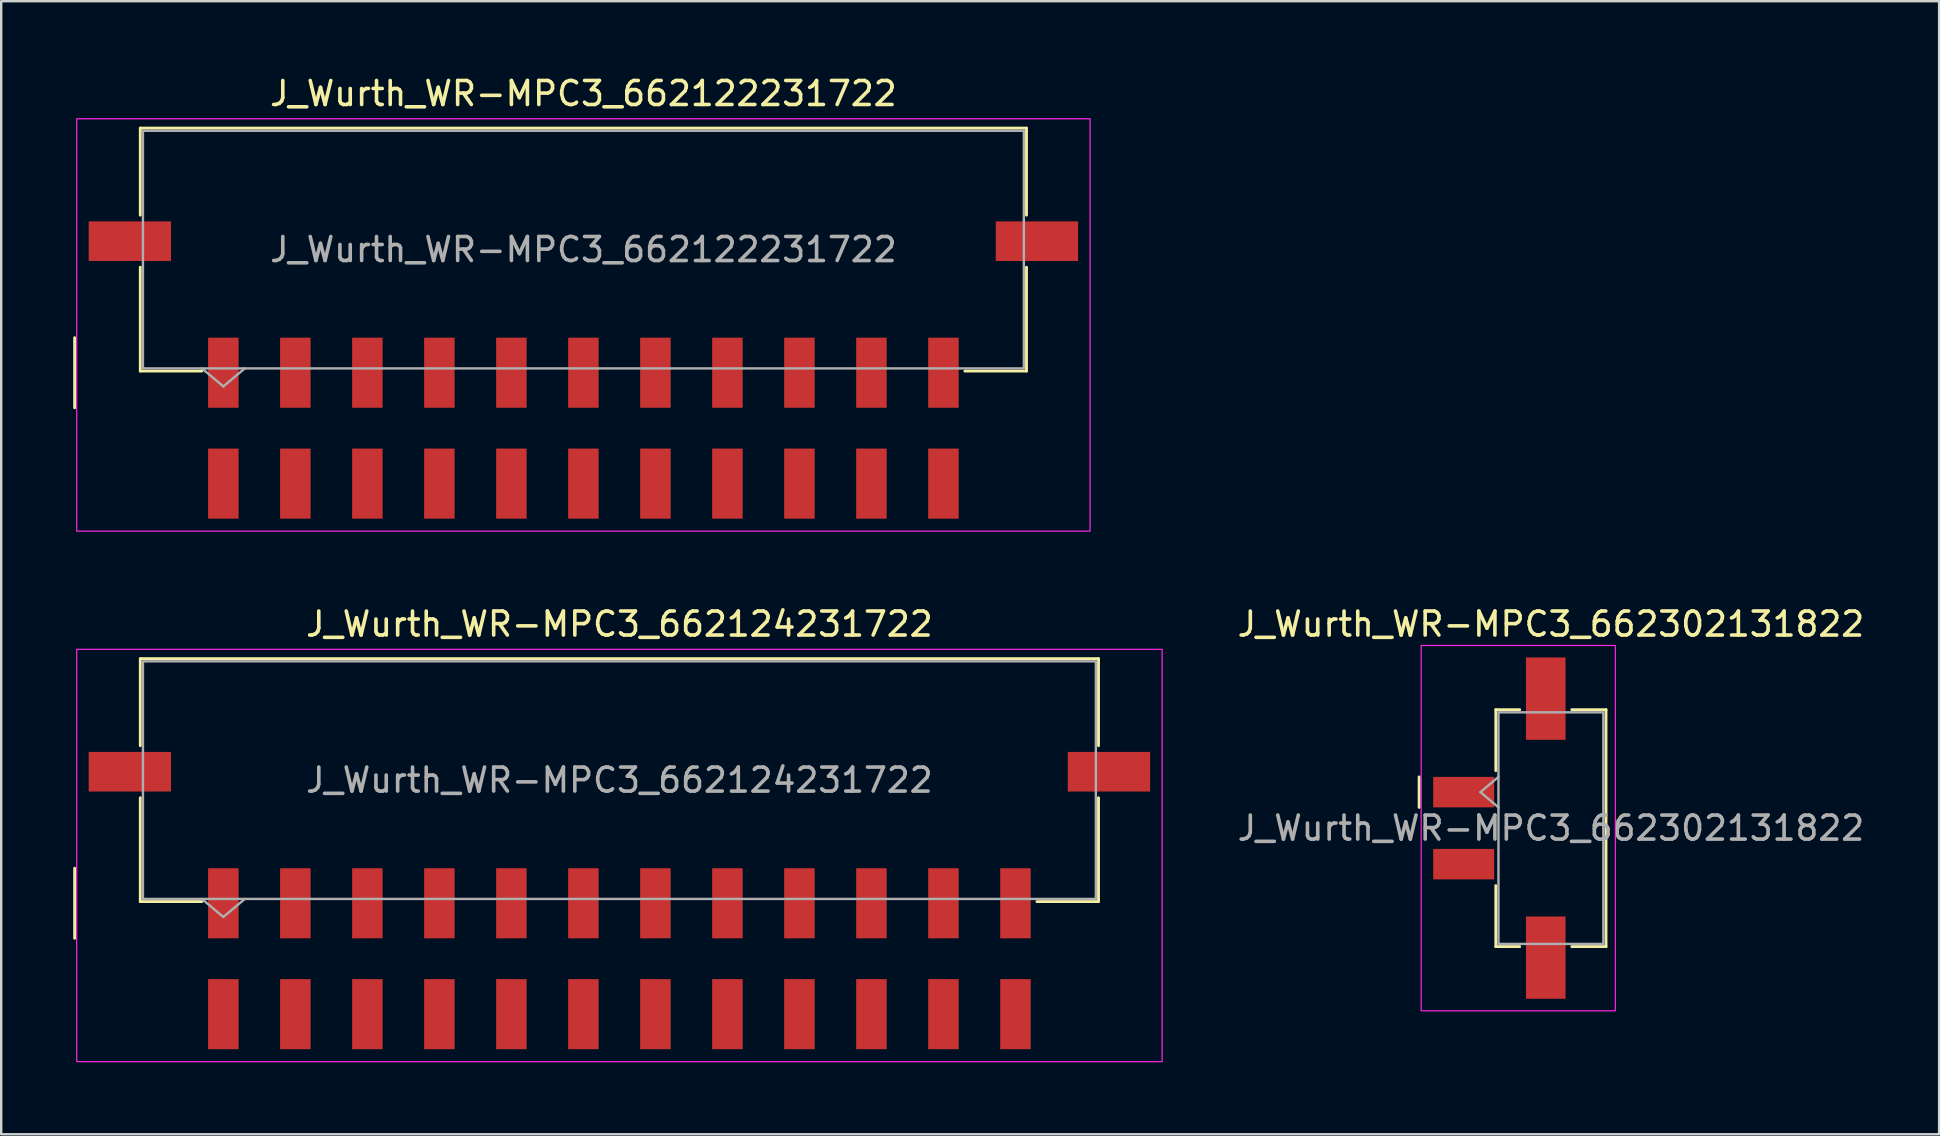
<source format=kicad_pcb>
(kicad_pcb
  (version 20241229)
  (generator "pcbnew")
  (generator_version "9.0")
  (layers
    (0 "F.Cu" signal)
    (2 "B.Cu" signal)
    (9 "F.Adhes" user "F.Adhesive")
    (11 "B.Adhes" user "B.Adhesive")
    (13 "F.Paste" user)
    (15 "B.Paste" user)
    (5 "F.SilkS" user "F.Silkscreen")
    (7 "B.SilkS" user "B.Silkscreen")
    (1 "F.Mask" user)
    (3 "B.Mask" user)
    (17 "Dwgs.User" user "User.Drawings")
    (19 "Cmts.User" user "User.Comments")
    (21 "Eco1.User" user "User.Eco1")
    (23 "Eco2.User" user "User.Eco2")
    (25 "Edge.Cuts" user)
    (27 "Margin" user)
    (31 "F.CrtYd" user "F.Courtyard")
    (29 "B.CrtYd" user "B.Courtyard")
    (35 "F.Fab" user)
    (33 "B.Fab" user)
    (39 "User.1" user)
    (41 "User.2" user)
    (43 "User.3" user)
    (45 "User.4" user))
  (footprint "J_Wurth_WR-MPC3_662302131822"
    (layer "F.Cu")
    (at 61.563 31.451)
    (property "Reference" "J_Wurth_WR-MPC3_662302131822" (at 0 -8.5 0) (unlocked yes) (layer "F.SilkS") (effects (font (size 1 1) (thickness 0.15))))
    (attr smd)
    (fp_line (start -5.49 -0.865) (end -5.49 -2.135) (stroke (width 0.12) (type solid)) (layer "F.SilkS"))
    (fp_line (start -2.295 -4.935) (end -2.295 -2.395) (stroke (width 0.12) (type solid)) (layer "F.SilkS"))
    (fp_line (start -2.295 -4.935) (end -1.3 -4.935) (stroke (width 0.12) (type solid)) (layer "F.SilkS"))
    (fp_line (start -2.295 4.935) (end -2.295 2.395) (stroke (width 0.12) (type default)) (layer "F.SilkS"))
    (fp_line (start -2.295 4.935) (end -1.3 4.935) (stroke (width 0.12) (type solid)) (layer "F.SilkS"))
    (fp_line (start 2.295 -4.935) (end 0.87 -4.935) (stroke (width 0.12) (type default)) (layer "F.SilkS"))
    (fp_line (start 2.295 -4.935) (end 2.295 4.935) (stroke (width 0.12) (type default)) (layer "F.SilkS"))
    (fp_line (start 2.295 4.935) (end 0.87 4.935) (stroke (width 0.12) (type default)) (layer "F.SilkS"))
    (fp_rect (start -5.405 -7.61) (end 2.685 7.61) (stroke (width 0.05) (type solid)) (fill no) (layer "F.CrtYd"))
    (fp_line (start -2.935 -1.5) (end -2.185 -2.135) (stroke (width 0.1) (type solid)) (layer "F.Fab"))
    (fp_line (start -2.935 -1.5) (end -2.185 -0.865) (stroke (width 0.1) (type solid)) (layer "F.Fab"))
    (fp_rect (start -2.185 -4.825) (end 2.185 4.825) (stroke (width 0.1) (type solid)) (fill no) (layer "F.Fab"))
    (fp_text user "${REFERENCE}" (at 0 0 0) (unlocked yes) (layer "F.Fab") (effects (font (size 1 1) (thickness 0.15))))
    (pad "1" smd rect (at -3.635 -1.5 90) (size 1.27 2.54) (layers "F.Cu" "F.Mask" "F.Paste"))
    (pad "2" smd rect (at -3.635 1.5 90) (size 1.27 2.54) (layers "F.Cu" "F.Mask" "F.Paste"))
    (pad "MP1" smd rect (at -0.215 5.395 90) (size 3.43 1.65) (layers "F.Cu" "F.Mask" "F.Paste"))
    (pad "MP2" smd rect (at -0.215 -5.395 90) (size 3.43 1.65) (layers "F.Cu" "F.Mask" "F.Paste")))
  (footprint "J_Wurth_WR-MPC3_662122231722"
    (layer "F.Cu")
    (at 21.255 7.348)
    (property "Reference" "J_Wurth_WR-MPC3_662122231722" (at 0 -6.5 0) (unlocked yes) (layer "F.SilkS") (effects (font (size 1 1) (thickness 0.15))))
    (attr smd)
    (fp_line (start -21.195 6.59) (end -21.195 3.67) (stroke (width 0.12) (type solid)) (layer "F.SilkS"))
    (fp_line (start -18.46 -5.06) (end -18.46 -1.435) (stroke (width 0.12) (type solid)) (layer "F.SilkS"))
    (fp_line (start -18.46 -5.06) (end 18.46 -5.06) (stroke (width 0.12) (type default)) (layer "F.SilkS"))
    (fp_line (start -18.46 0.735) (end -18.46 5.06) (stroke (width 0.12) (type solid)) (layer "F.SilkS"))
    (fp_line (start -15.895 5.06) (end -18.46 5.06) (stroke (width 0.12) (type solid)) (layer "F.SilkS"))
    (fp_line (start 18.46 -5.06) (end 18.46 -1.435) (stroke (width 0.12) (type solid)) (layer "F.SilkS"))
    (fp_line (start 18.46 0.735) (end 18.46 5.06) (stroke (width 0.12) (type solid)) (layer "F.SilkS"))
    (fp_line (start 18.46 5.06) (end 15.895 5.06) (stroke (width 0.12) (type solid)) (layer "F.SilkS"))
    (fp_rect (start -21.11 -5.45) (end 21.11 11.73) (stroke (width 0.05) (type solid)) (fill no) (layer "F.CrtYd"))
    (fp_line (start -15 5.7) (end -15.895 4.95) (stroke (width 0.1) (type solid)) (layer "F.Fab"))
    (fp_line (start -15 5.7) (end -14.105 4.95) (stroke (width 0.1) (type solid)) (layer "F.Fab"))
    (fp_rect (start -18.35 -4.95) (end 18.35 4.95) (stroke (width 0.1) (type solid)) (fill no) (layer "F.Fab"))
    (fp_text user "${REFERENCE}" (at 0 0 0) (unlocked yes) (layer "F.Fab") (effects (font (size 1 1) (thickness 0.15))))
    (pad "1" smd rect (at -15 5.13 180) (size 1.27 2.92) (layers "F.Cu" "F.Mask" "F.Paste"))
    (pad "2" smd rect (at -12 5.13 180) (size 1.27 2.92) (layers "F.Cu" "F.Mask" "F.Paste"))
    (pad "3" smd rect (at -9 5.13 180) (size 1.27 2.92) (layers "F.Cu" "F.Mask" "F.Paste"))
    (pad "4" smd rect (at -6 5.13 180) (size 1.27 2.92) (layers "F.Cu" "F.Mask" "F.Paste"))
    (pad "5" smd rect (at -3 5.13 180) (size 1.27 2.92) (layers "F.Cu" "F.Mask" "F.Paste"))
    (pad "6" smd rect (at 0 5.13 180) (size 1.27 2.92) (layers "F.Cu" "F.Mask" "F.Paste"))
    (pad "7" smd rect (at 3 5.13 180) (size 1.27 2.92) (layers "F.Cu" "F.Mask" "F.Paste"))
    (pad "8" smd rect (at 6 5.13 180) (size 1.27 2.92) (layers "F.Cu" "F.Mask" "F.Paste"))
    (pad "9" smd rect (at 9 5.13 180) (size 1.27 2.92) (layers "F.Cu" "F.Mask" "F.Paste"))
    (pad "10" smd rect (at 12 5.13 180) (size 1.27 2.92) (layers "F.Cu" "F.Mask" "F.Paste"))
    (pad "11" smd rect (at 15 5.13 180) (size 1.27 2.92) (layers "F.Cu" "F.Mask" "F.Paste"))
    (pad "12" smd rect (at -15 9.75 180) (size 1.27 2.92) (layers "F.Cu" "F.Mask" "F.Paste"))
    (pad "13" smd rect (at -12 9.75 180) (size 1.27 2.92) (layers "F.Cu" "F.Mask" "F.Paste"))
    (pad "14" smd rect (at -9 9.75 180) (size 1.27 2.92) (layers "F.Cu" "F.Mask" "F.Paste"))
    (pad "15" smd rect (at -6 9.75 180) (size 1.27 2.92) (layers "F.Cu" "F.Mask" "F.Paste"))
    (pad "16" smd rect (at -3 9.75 180) (size 1.27 2.92) (layers "F.Cu" "F.Mask" "F.Paste"))
    (pad "17" smd rect (at 0 9.75 180) (size 1.27 2.92) (layers "F.Cu" "F.Mask" "F.Paste"))
    (pad "18" smd rect (at 3 9.75 180) (size 1.27 2.92) (layers "F.Cu" "F.Mask" "F.Paste"))
    (pad "19" smd rect (at 6 9.75 180) (size 1.27 2.92) (layers "F.Cu" "F.Mask" "F.Paste"))
    (pad "20" smd rect (at 9 9.75 180) (size 1.27 2.92) (layers "F.Cu" "F.Mask" "F.Paste"))
    (pad "21" smd rect (at 12 9.75 180) (size 1.27 2.92) (layers "F.Cu" "F.Mask" "F.Paste"))
    (pad "22" smd rect (at 15 9.75 180) (size 1.27 2.92) (layers "F.Cu" "F.Mask" "F.Paste"))
    (pad "MP1" smd rect (at 18.895 -0.35 180) (size 3.43 1.65) (layers "F.Cu" "F.Mask" "F.Paste"))
    (pad "MP2" smd rect (at -18.895 -0.35 180) (size 3.43 1.65) (layers "F.Cu" "F.Mask" "F.Paste")))
  (footprint "J_Wurth_WR-MPC3_662124231722"
    (layer "F.Cu")
    (at 22.755 29.451)
    (property "Reference" "J_Wurth_WR-MPC3_662124231722" (at 0 -6.5 0) (unlocked yes) (layer "F.SilkS") (effects (font (size 1 1) (thickness 0.15))))
    (attr smd)
    (fp_line (start -22.695 6.59) (end -22.695 3.67) (stroke (width 0.12) (type solid)) (layer "F.SilkS"))
    (fp_line (start -19.96 -5.06) (end -19.96 -1.435) (stroke (width 0.12) (type solid)) (layer "F.SilkS"))
    (fp_line (start -19.96 -5.06) (end 19.96 -5.06) (stroke (width 0.12) (type default)) (layer "F.SilkS"))
    (fp_line (start -19.96 0.735) (end -19.96 5.06) (stroke (width 0.12) (type solid)) (layer "F.SilkS"))
    (fp_line (start -17.395 5.06) (end -19.96 5.06) (stroke (width 0.12) (type solid)) (layer "F.SilkS"))
    (fp_line (start 19.96 -5.06) (end 19.96 -1.435) (stroke (width 0.12) (type solid)) (layer "F.SilkS"))
    (fp_line (start 19.96 0.735) (end 19.96 5.06) (stroke (width 0.12) (type solid)) (layer "F.SilkS"))
    (fp_line (start 19.96 5.06) (end 17.395 5.06) (stroke (width 0.12) (type solid)) (layer "F.SilkS"))
    (fp_rect (start -22.61 -5.45) (end 22.61 11.73) (stroke (width 0.05) (type solid)) (fill no) (layer "F.CrtYd"))
    (fp_line (start -16.5 5.7) (end -17.395 4.95) (stroke (width 0.1) (type solid)) (layer "F.Fab"))
    (fp_line (start -16.5 5.7) (end -15.605 4.95) (stroke (width 0.1) (type solid)) (layer "F.Fab"))
    (fp_rect (start -19.85 -4.95) (end 19.85 4.95) (stroke (width 0.1) (type solid)) (fill no) (layer "F.Fab"))
    (fp_text user "${REFERENCE}" (at 0 0 0) (unlocked yes) (layer "F.Fab") (effects (font (size 1 1) (thickness 0.15))))
    (pad "1" smd rect (at -16.5 5.13 180) (size 1.27 2.92) (layers "F.Cu" "F.Mask" "F.Paste"))
    (pad "2" smd rect (at -13.5 5.13 180) (size 1.27 2.92) (layers "F.Cu" "F.Mask" "F.Paste"))
    (pad "3" smd rect (at -10.5 5.13 180) (size 1.27 2.92) (layers "F.Cu" "F.Mask" "F.Paste"))
    (pad "4" smd rect (at -7.5 5.13 180) (size 1.27 2.92) (layers "F.Cu" "F.Mask" "F.Paste"))
    (pad "5" smd rect (at -4.5 5.13 180) (size 1.27 2.92) (layers "F.Cu" "F.Mask" "F.Paste"))
    (pad "6" smd rect (at -1.5 5.13 180) (size 1.27 2.92) (layers "F.Cu" "F.Mask" "F.Paste"))
    (pad "7" smd rect (at 1.5 5.13 180) (size 1.27 2.92) (layers "F.Cu" "F.Mask" "F.Paste"))
    (pad "8" smd rect (at 4.5 5.13 180) (size 1.27 2.92) (layers "F.Cu" "F.Mask" "F.Paste"))
    (pad "9" smd rect (at 7.5 5.13 180) (size 1.27 2.92) (layers "F.Cu" "F.Mask" "F.Paste"))
    (pad "10" smd rect (at 10.5 5.13 180) (size 1.27 2.92) (layers "F.Cu" "F.Mask" "F.Paste"))
    (pad "11" smd rect (at 13.5 5.13 180) (size 1.27 2.92) (layers "F.Cu" "F.Mask" "F.Paste"))
    (pad "12" smd rect (at 16.5 5.13 180) (size 1.27 2.92) (layers "F.Cu" "F.Mask" "F.Paste"))
    (pad "13" smd rect (at -16.5 9.75 180) (size 1.27 2.92) (layers "F.Cu" "F.Mask" "F.Paste"))
    (pad "14" smd rect (at -13.5 9.75 180) (size 1.27 2.92) (layers "F.Cu" "F.Mask" "F.Paste"))
    (pad "15" smd rect (at -10.5 9.75 180) (size 1.27 2.92) (layers "F.Cu" "F.Mask" "F.Paste"))
    (pad "16" smd rect (at -7.5 9.75 180) (size 1.27 2.92) (layers "F.Cu" "F.Mask" "F.Paste"))
    (pad "17" smd rect (at -4.5 9.75 180) (size 1.27 2.92) (layers "F.Cu" "F.Mask" "F.Paste"))
    (pad "18" smd rect (at -1.5 9.75 180) (size 1.27 2.92) (layers "F.Cu" "F.Mask" "F.Paste"))
    (pad "19" smd rect (at 1.5 9.75 180) (size 1.27 2.92) (layers "F.Cu" "F.Mask" "F.Paste"))
    (pad "20" smd rect (at 4.5 9.75 180) (size 1.27 2.92) (layers "F.Cu" "F.Mask" "F.Paste"))
    (pad "21" smd rect (at 7.5 9.75 180) (size 1.27 2.92) (layers "F.Cu" "F.Mask" "F.Paste"))
    (pad "22" smd rect (at 10.5 9.75 180) (size 1.27 2.92) (layers "F.Cu" "F.Mask" "F.Paste"))
    (pad "23" smd rect (at 13.5 9.75 180) (size 1.27 2.92) (layers "F.Cu" "F.Mask" "F.Paste"))
    (pad "24" smd rect (at 16.5 9.75 180) (size 1.27 2.92) (layers "F.Cu" "F.Mask" "F.Paste"))
    (pad "MP1" smd rect (at 20.395 -0.35 180) (size 3.43 1.65) (layers "F.Cu" "F.Mask" "F.Paste"))
    (pad "MP2" smd rect (at -20.395 -0.35 180) (size 3.43 1.65) (layers "F.Cu" "F.Mask" "F.Paste")))
  (gr_rect
    (start -3 -3)
    (end 77.735 44.206)
    (stroke (width 0.1) (type default))
    (fill no)
    (layer "Edge.Cuts")))
</source>
